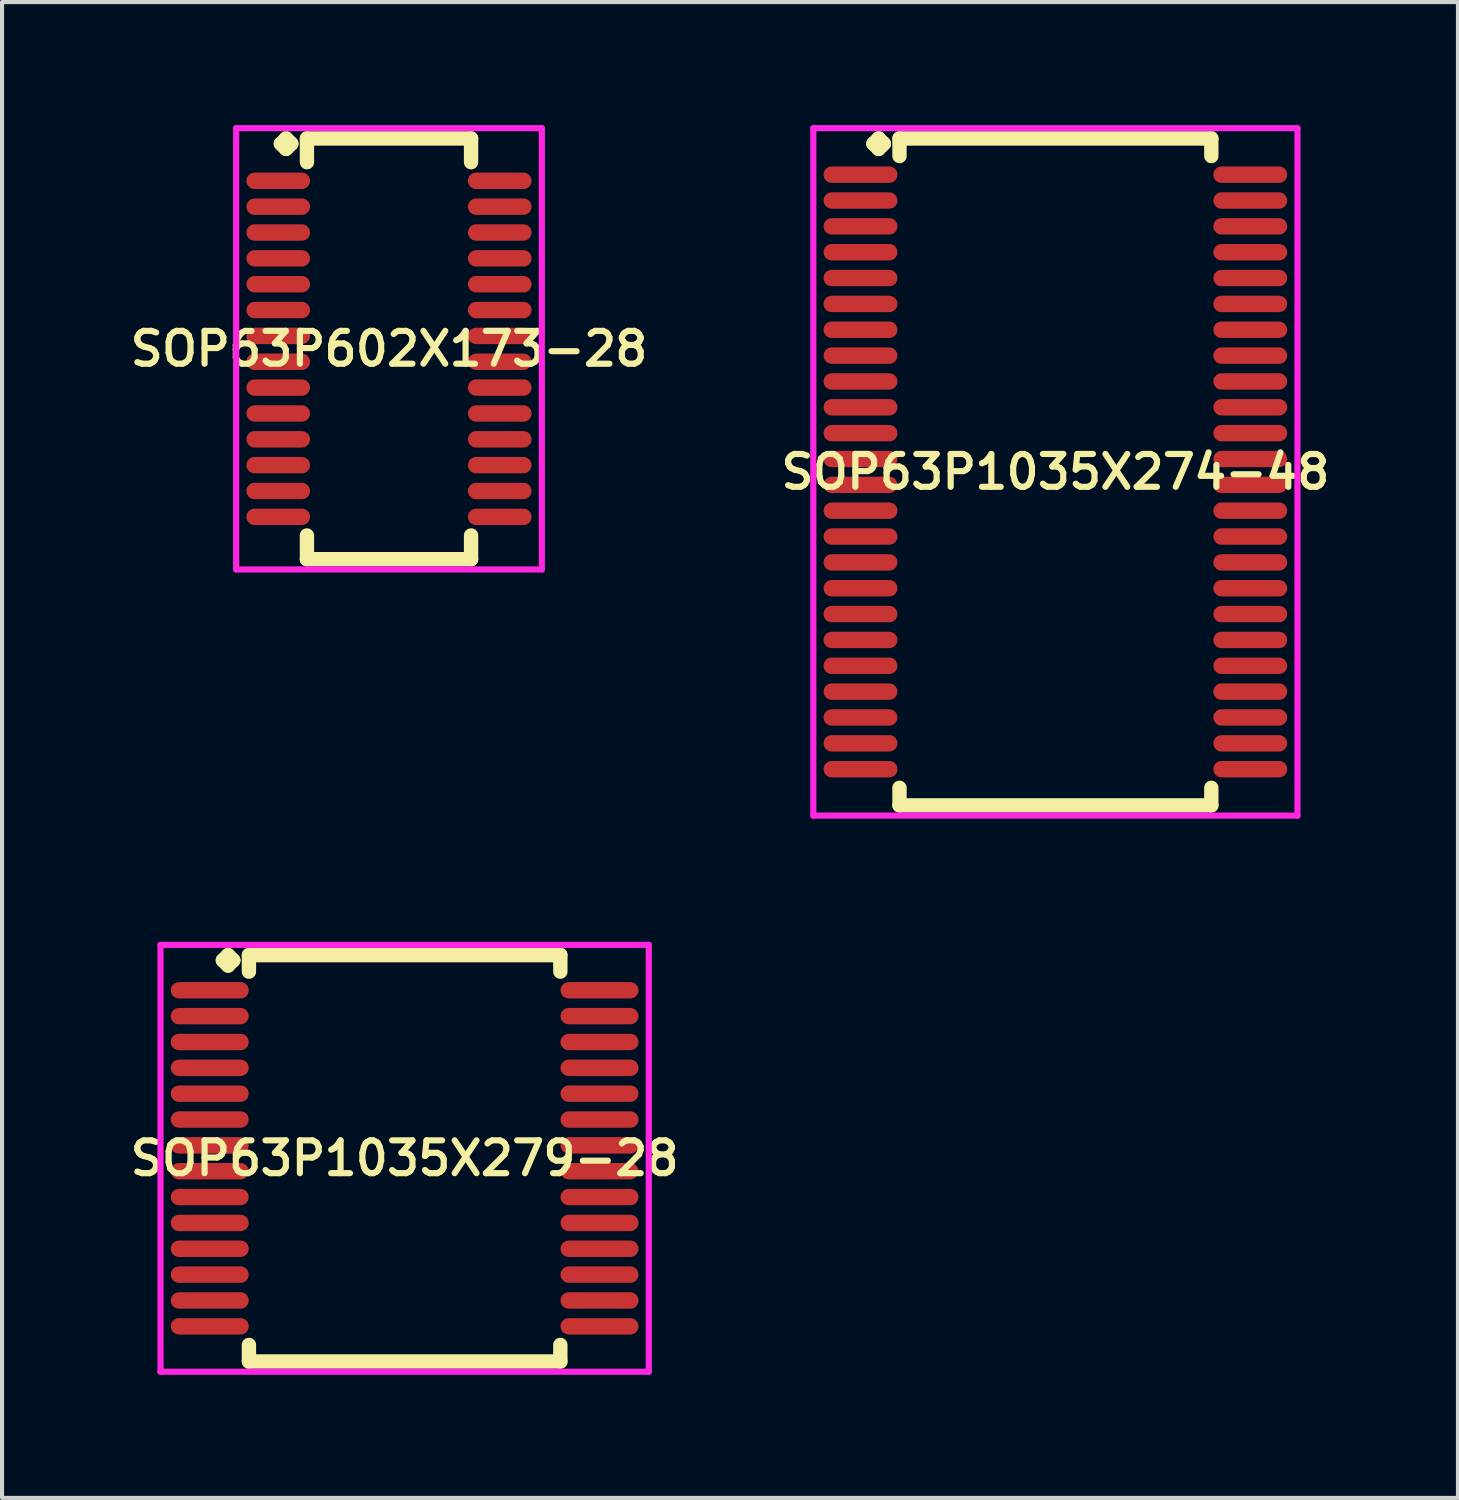
<source format=kicad_pcb>
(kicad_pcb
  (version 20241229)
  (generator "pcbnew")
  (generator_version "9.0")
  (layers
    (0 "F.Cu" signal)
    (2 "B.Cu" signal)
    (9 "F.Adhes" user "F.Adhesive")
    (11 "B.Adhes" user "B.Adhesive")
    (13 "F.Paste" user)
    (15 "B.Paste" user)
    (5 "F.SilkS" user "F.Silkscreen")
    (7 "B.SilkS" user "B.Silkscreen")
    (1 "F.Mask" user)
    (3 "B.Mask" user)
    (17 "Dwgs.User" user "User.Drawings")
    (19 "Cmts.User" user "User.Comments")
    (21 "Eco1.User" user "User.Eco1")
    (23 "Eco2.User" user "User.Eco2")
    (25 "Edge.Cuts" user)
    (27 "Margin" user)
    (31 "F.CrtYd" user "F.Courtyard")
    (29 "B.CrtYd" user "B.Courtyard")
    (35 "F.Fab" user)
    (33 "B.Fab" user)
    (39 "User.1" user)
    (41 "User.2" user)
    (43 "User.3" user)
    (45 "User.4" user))
  (footprint "SOP63P1035X274-48"
    (layer "F.Cu")
    (at 22.673 8.452)
    (property "Reference" "SOP63P1035X274-48" (at 0 0 0) (layer "F.SilkS") (effects (font (size 0.8 0.8) (thickness 0.15))))
    (attr smd)
    (fp_line (start -4.435 -8) (end -4.308 -8.127) (stroke (width 0.35) (type solid)) (layer "F.SilkS"))
    (fp_line (start -4.308 -8.127) (end -4.181 -8) (stroke (width 0.35) (type solid)) (layer "F.SilkS"))
    (fp_line (start -4.308 -7.873) (end -4.435 -8) (stroke (width 0.35) (type solid)) (layer "F.SilkS"))
    (fp_line (start -4.181 -8) (end -4.308 -7.873) (stroke (width 0.35) (type solid)) (layer "F.SilkS"))
    (fp_line (start -3.8 -8.127) (end 3.8 -8.127) (stroke (width 0.35) (type solid)) (layer "F.SilkS"))
    (fp_line (start -3.8 -7.699) (end -3.8 -8.127) (stroke (width 0.35) (type solid)) (layer "F.SilkS"))
    (fp_line (start -3.8 7.699) (end -3.8 8.127) (stroke (width 0.35) (type solid)) (layer "F.SilkS"))
    (fp_line (start -3.8 8.127) (end 3.8 8.127) (stroke (width 0.35) (type solid)) (layer "F.SilkS"))
    (fp_line (start 3.8 -8.127) (end 3.8 -7.699) (stroke (width 0.35) (type solid)) (layer "F.SilkS"))
    (fp_line (start 3.8 8.127) (end 3.8 7.699) (stroke (width 0.35) (type solid)) (layer "F.SilkS"))
    (fp_line (start -5.9 -8.377) (end 5.9 -8.377) (stroke (width 0.15) (type solid)) (layer "F.CrtYd"))
    (fp_line (start -5.9 8.377) (end -5.9 -8.377) (stroke (width 0.15) (type solid)) (layer "F.CrtYd"))
    (fp_line (start 5.9 -8.377) (end 5.9 8.377) (stroke (width 0.15) (type solid)) (layer "F.CrtYd"))
    (fp_line (start 5.9 8.377) (end -5.9 8.377) (stroke (width 0.15) (type solid)) (layer "F.CrtYd"))
    (pad "1" smd oval (at -4.75 -7.245) (size 1.8 0.4) (layers "F.Cu" "F.Mask" "F.Paste"))
    (pad "2" smd oval (at -4.75 -6.615) (size 1.8 0.4) (layers "F.Cu" "F.Mask" "F.Paste"))
    (pad "3" smd oval (at -4.75 -5.985) (size 1.8 0.4) (layers "F.Cu" "F.Mask" "F.Paste"))
    (pad "4" smd oval (at -4.75 -5.355) (size 1.8 0.4) (layers "F.Cu" "F.Mask" "F.Paste"))
    (pad "5" smd oval (at -4.75 -4.725) (size 1.8 0.4) (layers "F.Cu" "F.Mask" "F.Paste"))
    (pad "6" smd oval (at -4.75 -4.095) (size 1.8 0.4) (layers "F.Cu" "F.Mask" "F.Paste"))
    (pad "7" smd oval (at -4.75 -3.465) (size 1.8 0.4) (layers "F.Cu" "F.Mask" "F.Paste"))
    (pad "8" smd oval (at -4.75 -2.835) (size 1.8 0.4) (layers "F.Cu" "F.Mask" "F.Paste"))
    (pad "9" smd oval (at -4.75 -2.205) (size 1.8 0.4) (layers "F.Cu" "F.Mask" "F.Paste"))
    (pad "10" smd oval (at -4.75 -1.575) (size 1.8 0.4) (layers "F.Cu" "F.Mask" "F.Paste"))
    (pad "11" smd oval (at -4.75 -0.945) (size 1.8 0.4) (layers "F.Cu" "F.Mask" "F.Paste"))
    (pad "12" smd oval (at -4.75 -0.315) (size 1.8 0.4) (layers "F.Cu" "F.Mask" "F.Paste"))
    (pad "13" smd oval (at -4.75 0.315) (size 1.8 0.4) (layers "F.Cu" "F.Mask" "F.Paste"))
    (pad "14" smd oval (at -4.75 0.945) (size 1.8 0.4) (layers "F.Cu" "F.Mask" "F.Paste"))
    (pad "15" smd oval (at -4.75 1.575) (size 1.8 0.4) (layers "F.Cu" "F.Mask" "F.Paste"))
    (pad "16" smd oval (at -4.75 2.205) (size 1.8 0.4) (layers "F.Cu" "F.Mask" "F.Paste"))
    (pad "17" smd oval (at -4.75 2.835) (size 1.8 0.4) (layers "F.Cu" "F.Mask" "F.Paste"))
    (pad "18" smd oval (at -4.75 3.465) (size 1.8 0.4) (layers "F.Cu" "F.Mask" "F.Paste"))
    (pad "19" smd oval (at -4.75 4.095) (size 1.8 0.4) (layers "F.Cu" "F.Mask" "F.Paste"))
    (pad "20" smd oval (at -4.75 4.725) (size 1.8 0.4) (layers "F.Cu" "F.Mask" "F.Paste"))
    (pad "21" smd oval (at -4.75 5.355) (size 1.8 0.4) (layers "F.Cu" "F.Mask" "F.Paste"))
    (pad "22" smd oval (at -4.75 5.985) (size 1.8 0.4) (layers "F.Cu" "F.Mask" "F.Paste"))
    (pad "23" smd oval (at -4.75 6.615) (size 1.8 0.4) (layers "F.Cu" "F.Mask" "F.Paste"))
    (pad "24" smd oval (at -4.75 7.245) (size 1.8 0.4) (layers "F.Cu" "F.Mask" "F.Paste"))
    (pad "25" smd oval (at 4.75 7.245) (size 1.8 0.4) (layers "F.Cu" "F.Mask" "F.Paste"))
    (pad "26" smd oval (at 4.75 6.615) (size 1.8 0.4) (layers "F.Cu" "F.Mask" "F.Paste"))
    (pad "27" smd oval (at 4.75 5.985) (size 1.8 0.4) (layers "F.Cu" "F.Mask" "F.Paste"))
    (pad "28" smd oval (at 4.75 5.355) (size 1.8 0.4) (layers "F.Cu" "F.Mask" "F.Paste"))
    (pad "29" smd oval (at 4.75 4.725) (size 1.8 0.4) (layers "F.Cu" "F.Mask" "F.Paste"))
    (pad "30" smd oval (at 4.75 4.095) (size 1.8 0.4) (layers "F.Cu" "F.Mask" "F.Paste"))
    (pad "31" smd oval (at 4.75 3.465) (size 1.8 0.4) (layers "F.Cu" "F.Mask" "F.Paste"))
    (pad "32" smd oval (at 4.75 2.835) (size 1.8 0.4) (layers "F.Cu" "F.Mask" "F.Paste"))
    (pad "33" smd oval (at 4.75 2.205) (size 1.8 0.4) (layers "F.Cu" "F.Mask" "F.Paste"))
    (pad "34" smd oval (at 4.75 1.575) (size 1.8 0.4) (layers "F.Cu" "F.Mask" "F.Paste"))
    (pad "35" smd oval (at 4.75 0.945) (size 1.8 0.4) (layers "F.Cu" "F.Mask" "F.Paste"))
    (pad "36" smd oval (at 4.75 0.315) (size 1.8 0.4) (layers "F.Cu" "F.Mask" "F.Paste"))
    (pad "37" smd oval (at 4.75 -0.315) (size 1.8 0.4) (layers "F.Cu" "F.Mask" "F.Paste"))
    (pad "38" smd oval (at 4.75 -0.945) (size 1.8 0.4) (layers "F.Cu" "F.Mask" "F.Paste"))
    (pad "39" smd oval (at 4.75 -1.575) (size 1.8 0.4) (layers "F.Cu" "F.Mask" "F.Paste"))
    (pad "40" smd oval (at 4.75 -2.205) (size 1.8 0.4) (layers "F.Cu" "F.Mask" "F.Paste"))
    (pad "41" smd oval (at 4.75 -2.835) (size 1.8 0.4) (layers "F.Cu" "F.Mask" "F.Paste"))
    (pad "42" smd oval (at 4.75 -3.465) (size 1.8 0.4) (layers "F.Cu" "F.Mask" "F.Paste"))
    (pad "43" smd oval (at 4.75 -4.095) (size 1.8 0.4) (layers "F.Cu" "F.Mask" "F.Paste"))
    (pad "44" smd oval (at 4.75 -4.725) (size 1.8 0.4) (layers "F.Cu" "F.Mask" "F.Paste"))
    (pad "45" smd oval (at 4.75 -5.355) (size 1.8 0.4) (layers "F.Cu" "F.Mask" "F.Paste"))
    (pad "46" smd oval (at 4.75 -5.985) (size 1.8 0.4) (layers "F.Cu" "F.Mask" "F.Paste"))
    (pad "47" smd oval (at 4.75 -6.615) (size 1.8 0.4) (layers "F.Cu" "F.Mask" "F.Paste"))
    (pad "48" smd oval (at 4.75 -7.245) (size 1.8 0.4) (layers "F.Cu" "F.Mask" "F.Paste")))
  (footprint "SOP63P1035X279-28"
    (layer "F.Cu")
    (at 6.812 25.181)
    (property "Reference" "SOP63P1035X279-28" (at 0 0 0) (layer "F.SilkS") (effects (font (size 0.8 0.8) (thickness 0.15))))
    (attr smd)
    (fp_line (start -4.43 -4.825) (end -4.303 -4.952) (stroke (width 0.35) (type solid)) (layer "F.SilkS"))
    (fp_line (start -4.303 -4.952) (end -4.176 -4.825) (stroke (width 0.35) (type solid)) (layer "F.SilkS"))
    (fp_line (start -4.303 -4.698) (end -4.43 -4.825) (stroke (width 0.35) (type solid)) (layer "F.SilkS"))
    (fp_line (start -4.176 -4.825) (end -4.303 -4.698) (stroke (width 0.35) (type solid)) (layer "F.SilkS"))
    (fp_line (start -3.795 -4.952) (end 3.795 -4.952) (stroke (width 0.35) (type solid)) (layer "F.SilkS"))
    (fp_line (start -3.795 -4.549) (end -3.795 -4.952) (stroke (width 0.35) (type solid)) (layer "F.SilkS"))
    (fp_line (start -3.795 4.549) (end -3.795 4.952) (stroke (width 0.35) (type solid)) (layer "F.SilkS"))
    (fp_line (start -3.795 4.952) (end 3.795 4.952) (stroke (width 0.35) (type solid)) (layer "F.SilkS"))
    (fp_line (start 3.795 -4.952) (end 3.795 -4.549) (stroke (width 0.35) (type solid)) (layer "F.SilkS"))
    (fp_line (start 3.795 4.952) (end 3.795 4.549) (stroke (width 0.35) (type solid)) (layer "F.SilkS"))
    (fp_line (start -5.95 -5.202) (end 5.95 -5.202) (stroke (width 0.15) (type solid)) (layer "F.CrtYd"))
    (fp_line (start -5.95 5.202) (end -5.95 -5.202) (stroke (width 0.15) (type solid)) (layer "F.CrtYd"))
    (fp_line (start 5.95 -5.202) (end 5.95 5.202) (stroke (width 0.15) (type solid)) (layer "F.CrtYd"))
    (fp_line (start 5.95 5.202) (end -5.95 5.202) (stroke (width 0.15) (type solid)) (layer "F.CrtYd"))
    (pad "1" smd oval (at -4.75 -4.095) (size 1.9 0.4) (layers "F.Cu" "F.Mask" "F.Paste"))
    (pad "2" smd oval (at -4.75 -3.465) (size 1.9 0.4) (layers "F.Cu" "F.Mask" "F.Paste"))
    (pad "3" smd oval (at -4.75 -2.835) (size 1.9 0.4) (layers "F.Cu" "F.Mask" "F.Paste"))
    (pad "4" smd oval (at -4.75 -2.205) (size 1.9 0.4) (layers "F.Cu" "F.Mask" "F.Paste"))
    (pad "5" smd oval (at -4.75 -1.575) (size 1.9 0.4) (layers "F.Cu" "F.Mask" "F.Paste"))
    (pad "6" smd oval (at -4.75 -0.945) (size 1.9 0.4) (layers "F.Cu" "F.Mask" "F.Paste"))
    (pad "7" smd oval (at -4.75 -0.315) (size 1.9 0.4) (layers "F.Cu" "F.Mask" "F.Paste"))
    (pad "8" smd oval (at -4.75 0.315) (size 1.9 0.4) (layers "F.Cu" "F.Mask" "F.Paste"))
    (pad "9" smd oval (at -4.75 0.945) (size 1.9 0.4) (layers "F.Cu" "F.Mask" "F.Paste"))
    (pad "10" smd oval (at -4.75 1.575) (size 1.9 0.4) (layers "F.Cu" "F.Mask" "F.Paste"))
    (pad "11" smd oval (at -4.75 2.205) (size 1.9 0.4) (layers "F.Cu" "F.Mask" "F.Paste"))
    (pad "12" smd oval (at -4.75 2.835) (size 1.9 0.4) (layers "F.Cu" "F.Mask" "F.Paste"))
    (pad "13" smd oval (at -4.75 3.465) (size 1.9 0.4) (layers "F.Cu" "F.Mask" "F.Paste"))
    (pad "14" smd oval (at -4.75 4.095) (size 1.9 0.4) (layers "F.Cu" "F.Mask" "F.Paste"))
    (pad "15" smd oval (at 4.75 4.095) (size 1.9 0.4) (layers "F.Cu" "F.Mask" "F.Paste"))
    (pad "16" smd oval (at 4.75 3.465) (size 1.9 0.4) (layers "F.Cu" "F.Mask" "F.Paste"))
    (pad "17" smd oval (at 4.75 2.835) (size 1.9 0.4) (layers "F.Cu" "F.Mask" "F.Paste"))
    (pad "18" smd oval (at 4.75 2.205) (size 1.9 0.4) (layers "F.Cu" "F.Mask" "F.Paste"))
    (pad "19" smd oval (at 4.75 1.575) (size 1.9 0.4) (layers "F.Cu" "F.Mask" "F.Paste"))
    (pad "20" smd oval (at 4.75 0.945) (size 1.9 0.4) (layers "F.Cu" "F.Mask" "F.Paste"))
    (pad "21" smd oval (at 4.75 0.315) (size 1.9 0.4) (layers "F.Cu" "F.Mask" "F.Paste"))
    (pad "22" smd oval (at 4.75 -0.315) (size 1.9 0.4) (layers "F.Cu" "F.Mask" "F.Paste"))
    (pad "23" smd oval (at 4.75 -0.945) (size 1.9 0.4) (layers "F.Cu" "F.Mask" "F.Paste"))
    (pad "24" smd oval (at 4.75 -1.575) (size 1.9 0.4) (layers "F.Cu" "F.Mask" "F.Paste"))
    (pad "25" smd oval (at 4.75 -2.205) (size 1.9 0.4) (layers "F.Cu" "F.Mask" "F.Paste"))
    (pad "26" smd oval (at 4.75 -2.835) (size 1.9 0.4) (layers "F.Cu" "F.Mask" "F.Paste"))
    (pad "27" smd oval (at 4.75 -3.465) (size 1.9 0.4) (layers "F.Cu" "F.Mask" "F.Paste"))
    (pad "28" smd oval (at 4.75 -4.095) (size 1.9 0.4) (layers "F.Cu" "F.Mask" "F.Paste")))
  (footprint "SOP63P602X173-28"
    (layer "F.Cu")
    (at 6.431 5.452)
    (property "Reference" "SOP63P602X173-28" (at 0 0 0) (layer "F.SilkS") (effects (font (size 0.8 0.8) (thickness 0.15))))
    (attr smd)
    (fp_line (start -2.635 -5) (end -2.508 -5.127) (stroke (width 0.35) (type solid)) (layer "F.SilkS"))
    (fp_line (start -2.508 -5.127) (end -2.381 -5) (stroke (width 0.35) (type solid)) (layer "F.SilkS"))
    (fp_line (start -2.508 -4.873) (end -2.635 -5) (stroke (width 0.35) (type solid)) (layer "F.SilkS"))
    (fp_line (start -2.381 -5) (end -2.508 -4.873) (stroke (width 0.35) (type solid)) (layer "F.SilkS"))
    (fp_line (start -2 -5.127) (end 2 -5.127) (stroke (width 0.35) (type solid)) (layer "F.SilkS"))
    (fp_line (start -2 -4.549) (end -2 -5.127) (stroke (width 0.35) (type solid)) (layer "F.SilkS"))
    (fp_line (start -2 4.549) (end -2 5.127) (stroke (width 0.35) (type solid)) (layer "F.SilkS"))
    (fp_line (start -2 5.127) (end 2 5.127) (stroke (width 0.35) (type solid)) (layer "F.SilkS"))
    (fp_line (start 2 -5.127) (end 2 -4.549) (stroke (width 0.35) (type solid)) (layer "F.SilkS"))
    (fp_line (start 2 5.127) (end 2 4.549) (stroke (width 0.35) (type solid)) (layer "F.SilkS"))
    (fp_line (start -3.725 -5.377) (end 3.725 -5.377) (stroke (width 0.15) (type solid)) (layer "F.CrtYd"))
    (fp_line (start -3.725 5.377) (end -3.725 -5.377) (stroke (width 0.15) (type solid)) (layer "F.CrtYd"))
    (fp_line (start 3.725 -5.377) (end 3.725 5.377) (stroke (width 0.15) (type solid)) (layer "F.CrtYd"))
    (fp_line (start 3.725 5.377) (end -3.725 5.377) (stroke (width 0.15) (type solid)) (layer "F.CrtYd"))
    (pad "1" smd oval (at -2.7 -4.095) (size 1.55 0.4) (layers "F.Cu" "F.Mask" "F.Paste"))
    (pad "2" smd oval (at -2.7 -3.465) (size 1.55 0.4) (layers "F.Cu" "F.Mask" "F.Paste"))
    (pad "3" smd oval (at -2.7 -2.835) (size 1.55 0.4) (layers "F.Cu" "F.Mask" "F.Paste"))
    (pad "4" smd oval (at -2.7 -2.205) (size 1.55 0.4) (layers "F.Cu" "F.Mask" "F.Paste"))
    (pad "5" smd oval (at -2.7 -1.575) (size 1.55 0.4) (layers "F.Cu" "F.Mask" "F.Paste"))
    (pad "6" smd oval (at -2.7 -0.945) (size 1.55 0.4) (layers "F.Cu" "F.Mask" "F.Paste"))
    (pad "7" smd oval (at -2.7 -0.315) (size 1.55 0.4) (layers "F.Cu" "F.Mask" "F.Paste"))
    (pad "8" smd oval (at -2.7 0.315) (size 1.55 0.4) (layers "F.Cu" "F.Mask" "F.Paste"))
    (pad "9" smd oval (at -2.7 0.945) (size 1.55 0.4) (layers "F.Cu" "F.Mask" "F.Paste"))
    (pad "10" smd oval (at -2.7 1.575) (size 1.55 0.4) (layers "F.Cu" "F.Mask" "F.Paste"))
    (pad "11" smd oval (at -2.7 2.205) (size 1.55 0.4) (layers "F.Cu" "F.Mask" "F.Paste"))
    (pad "12" smd oval (at -2.7 2.835) (size 1.55 0.4) (layers "F.Cu" "F.Mask" "F.Paste"))
    (pad "13" smd oval (at -2.7 3.465) (size 1.55 0.4) (layers "F.Cu" "F.Mask" "F.Paste"))
    (pad "14" smd oval (at -2.7 4.095) (size 1.55 0.4) (layers "F.Cu" "F.Mask" "F.Paste"))
    (pad "15" smd oval (at 2.7 4.095) (size 1.55 0.4) (layers "F.Cu" "F.Mask" "F.Paste"))
    (pad "16" smd oval (at 2.7 3.465) (size 1.55 0.4) (layers "F.Cu" "F.Mask" "F.Paste"))
    (pad "17" smd oval (at 2.7 2.835) (size 1.55 0.4) (layers "F.Cu" "F.Mask" "F.Paste"))
    (pad "18" smd oval (at 2.7 2.205) (size 1.55 0.4) (layers "F.Cu" "F.Mask" "F.Paste"))
    (pad "19" smd oval (at 2.7 1.575) (size 1.55 0.4) (layers "F.Cu" "F.Mask" "F.Paste"))
    (pad "20" smd oval (at 2.7 0.945) (size 1.55 0.4) (layers "F.Cu" "F.Mask" "F.Paste"))
    (pad "21" smd oval (at 2.7 0.315) (size 1.55 0.4) (layers "F.Cu" "F.Mask" "F.Paste"))
    (pad "22" smd oval (at 2.7 -0.315) (size 1.55 0.4) (layers "F.Cu" "F.Mask" "F.Paste"))
    (pad "23" smd oval (at 2.7 -0.945) (size 1.55 0.4) (layers "F.Cu" "F.Mask" "F.Paste"))
    (pad "24" smd oval (at 2.7 -1.575) (size 1.55 0.4) (layers "F.Cu" "F.Mask" "F.Paste"))
    (pad "25" smd oval (at 2.7 -2.205) (size 1.55 0.4) (layers "F.Cu" "F.Mask" "F.Paste"))
    (pad "26" smd oval (at 2.7 -2.835) (size 1.55 0.4) (layers "F.Cu" "F.Mask" "F.Paste"))
    (pad "27" smd oval (at 2.7 -3.465) (size 1.55 0.4) (layers "F.Cu" "F.Mask" "F.Paste"))
    (pad "28" smd oval (at 2.7 -4.095) (size 1.55 0.4) (layers "F.Cu" "F.Mask" "F.Paste")))
  (gr_rect
    (start -3 -3)
    (end 32.485 33.458)
    (stroke (width 0.1) (type default))
    (fill no)
    (layer "Edge.Cuts")))
</source>
